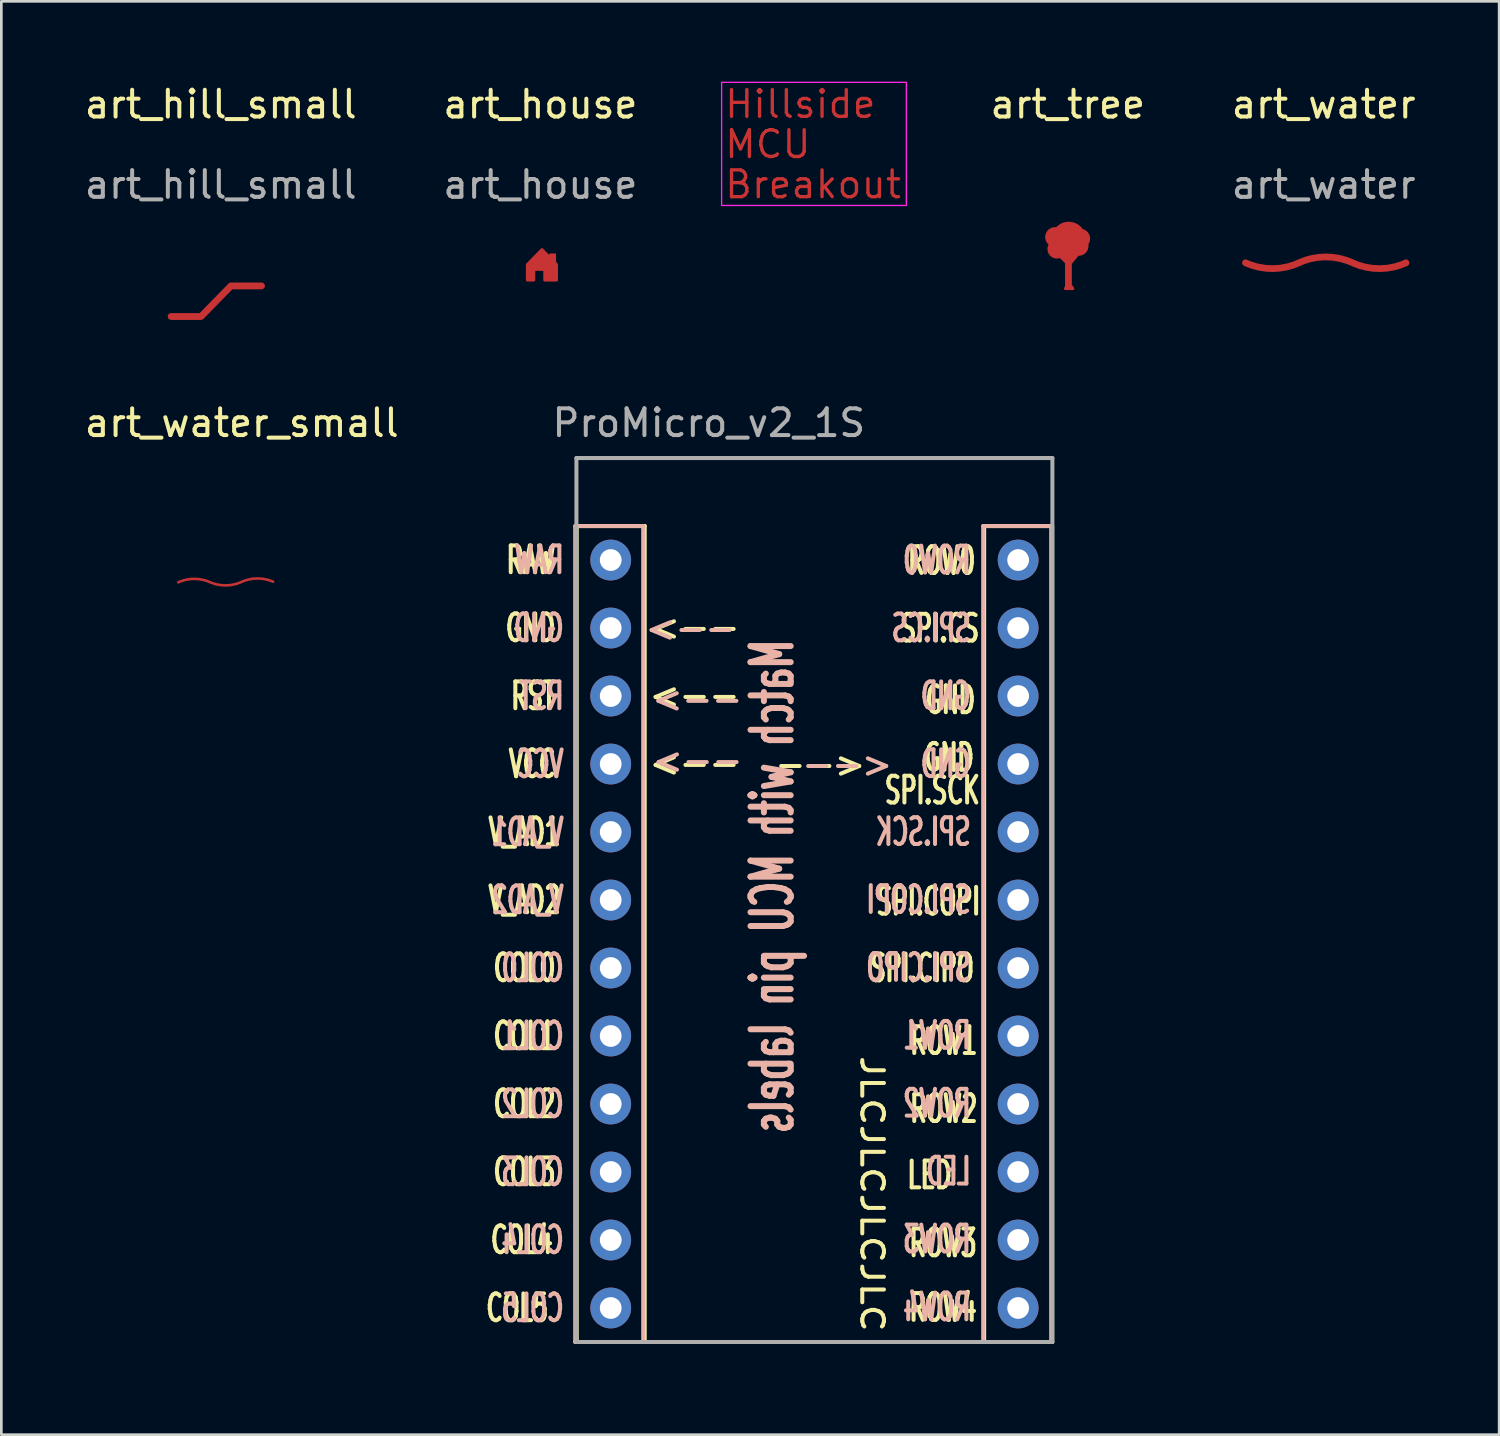
<source format=kicad_pcb>
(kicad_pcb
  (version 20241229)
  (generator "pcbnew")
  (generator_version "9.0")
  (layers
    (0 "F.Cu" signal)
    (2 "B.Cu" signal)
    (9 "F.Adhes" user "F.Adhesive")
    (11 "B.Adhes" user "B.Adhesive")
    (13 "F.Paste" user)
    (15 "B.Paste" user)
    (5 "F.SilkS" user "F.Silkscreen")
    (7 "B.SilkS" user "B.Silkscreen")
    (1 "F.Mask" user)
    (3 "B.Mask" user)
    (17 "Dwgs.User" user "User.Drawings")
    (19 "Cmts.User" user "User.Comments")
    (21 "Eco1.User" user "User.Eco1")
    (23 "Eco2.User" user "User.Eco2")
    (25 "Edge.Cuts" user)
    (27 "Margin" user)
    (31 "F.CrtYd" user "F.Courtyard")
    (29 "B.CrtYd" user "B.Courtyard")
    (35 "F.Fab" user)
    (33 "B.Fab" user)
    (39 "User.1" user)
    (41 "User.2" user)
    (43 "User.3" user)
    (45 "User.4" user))
  (footprint "art_water_small"
    (layer "F.Cu")
    (at 5.982 18.717)
    (property "Reference" "art_water_small" (at 0 -5.969 0) (unlocked yes) (layer "F.SilkS") (effects (font (size 1 1) (thickness 0.15))))
    (attr smd board_only exclude_from_pos_files exclude_from_bom allow_missing_courtyard dnp allow_soldermask_bridges)
    (pad "" smd custom (at -1.191 -0.022) (size 0.1 0.1) (layers "F.Cu" "F.Mask") (options (anchor circle)) (primitives (gr_arc (start -1.180227 0.007333) (mid -0.590893 -0.121766) (end 0 0) (width 0.1)) (gr_arc (start 1.180227 -0.007333) (mid 0.590893 0.121766) (end 0 0) (width 0.1)) (gr_arc (start 1.180227 -0.007333) (mid 1.769561 -0.136432) (end 2.360454 -0.014666) (width 0.1)))))
  (footprint "art_house"
    (layer "F.Cu")
    (at 17.162 6.718)
    (property "Reference" "art_house" (at -0.025 -5.87 0) (unlocked yes) (layer "F.SilkS") (effects (font (size 1 1) (thickness 0.15))))
    (attr smd board_only exclude_from_pos_files exclude_from_bom dnp)
    (fp_text user "${REFERENCE}" (at -0.025 -2.87 0) (unlocked yes) (layer "F.Fab") (effects (font (size 1 1) (thickness 0.15))))
    (pad "" smd custom (at 0.432 -0.051) (size 0.254 0.5) (layers "F.Cu" "F.Mask") (options (anchor rect)) (primitives (gr_poly (pts (xy 0.15 0.163) (xy 0.15 0.75) (xy -0.3 0.75) (xy -0.3 0.35) (xy -0.7 0.35) (xy -0.7 0.75) (xy -0.95 0.75) (xy -0.95 0.163) (xy -0.4 -0.4)) (width 0.1) (fill yes)))))
  (footprint "art_name"
    (layer "F.Cu")
    (at 27.206 2.425)
    (property "Reference" "art_name" (at 0 6.2 0) (unlocked yes) (layer "User.9") (effects (font (size 1 1) (thickness 0.15))))
    (attr smd board_only exclude_from_pos_files exclude_from_bom dnp allow_soldermask_bridges)
    (private_layers "User.9")
    (fp_rect (start -3.3 -2.4) (end 3.6 2.2) (stroke (width 0.05) (type default)) (fill no) (layer "F.CrtYd"))
    (fp_text user "Breakout" (at -3.25 2 0) (unlocked yes) (layer "F.Cu") (effects (font (size 1 1) (thickness 0.125)) (justify left bottom)))
    (fp_text user "MCU" (at -3.25 0.5 0) (unlocked yes) (layer "F.Cu") (effects (font (size 1 1) (thickness 0.125)) (justify left bottom)))
    (fp_text user "Hillside" (at -3.25 -1 0) (unlocked yes) (layer "F.Cu") (effects (font (size 1 1) (thickness 0.125)) (justify left bottom)))
    (fp_text user "MCU" (at -3.25 0.5 0) (unlocked yes) (layer "F.Mask") (effects (font (size 1 1) (thickness 0.125)) (justify left bottom)))
    (fp_text user "Hillside" (at -3.25 -1 0) (unlocked yes) (layer "F.Mask") (effects (font (size 1 1) (thickness 0.125)) (justify left bottom)))
    (fp_text user "Breakout" (at -3.25 2 0) (unlocked yes) (layer "F.Mask") (effects (font (size 1 1) (thickness 0.125)) (justify left bottom))))
  (footprint "ProMicro_v2_1S"
    (layer "F.Cu")
    (at 27.327 32.348)
    (property "Reference" "ProMicro_v2_1S" (at -3.9 -19.6 0) (layer "F.Fab") (effects (font (size 1 1) (thickness 0.15))))
    (attr through_hole)
    (private_layers "User.9")
    (fp_line (start -8.834 -15.748) (end -6.294 -15.748) (stroke (width 0.15) (type solid)) (layer "F.SilkS"))
    (fp_line (start -8.834 14.732) (end -8.834 -15.748) (stroke (width 0.15) (type solid)) (layer "F.SilkS"))
    (fp_line (start -6.294 -15.748) (end -6.294 14.732) (stroke (width 0.15) (type solid)) (layer "F.SilkS"))
    (fp_line (start -6.294 14.732) (end -8.834 14.732) (stroke (width 0.15) (type solid)) (layer "F.SilkS"))
    (fp_line (start 6.386 -15.748) (end 8.926 -15.748) (stroke (width 0.15) (type solid)) (layer "F.SilkS"))
    (fp_line (start 6.386 14.732) (end 6.386 -15.748) (stroke (width 0.15) (type solid)) (layer "F.SilkS"))
    (fp_line (start 8.926 -15.748) (end 8.926 14.732) (stroke (width 0.15) (type solid)) (layer "F.SilkS"))
    (fp_line (start 8.926 14.732) (end 6.386 14.732) (stroke (width 0.15) (type solid)) (layer "F.SilkS"))
    (fp_line (start -8.89 -15.748) (end -6.35 -15.748) (stroke (width 0.15) (type solid)) (layer "B.SilkS"))
    (fp_line (start -8.89 14.732) (end -8.89 -15.748) (stroke (width 0.15) (type solid)) (layer "B.SilkS"))
    (fp_line (start -6.35 -15.748) (end -6.35 14.732) (stroke (width 0.15) (type solid)) (layer "B.SilkS"))
    (fp_line (start -6.35 14.732) (end -8.89 14.732) (stroke (width 0.15) (type solid)) (layer "B.SilkS"))
    (fp_line (start 6.35 -15.748) (end 8.89 -15.748) (stroke (width 0.15) (type solid)) (layer "B.SilkS"))
    (fp_line (start 6.35 14.732) (end 6.35 -15.748) (stroke (width 0.15) (type solid)) (layer "B.SilkS"))
    (fp_line (start 8.89 -15.748) (end 8.89 14.732) (stroke (width 0.15) (type solid)) (layer "B.SilkS"))
    (fp_line (start 8.89 14.732) (end 6.35 14.732) (stroke (width 0.15) (type solid)) (layer "B.SilkS"))
    (fp_line (start -9.139 -14.893) (end -9.138 14.281) (stroke (width 0.12) (type solid)) (layer "B.Adhes"))
    (fp_line (start -8.288 15.131) (end -6.989 15.132) (stroke (width 0.12) (type solid)) (layer "B.Adhes"))
    (fp_line (start -6.99 -15.742) (end -8.289 -15.743) (stroke (width 0.12) (type solid)) (layer "B.Adhes"))
    (fp_line (start -6.14 -14.892) (end -6.139 14.282) (stroke (width 0.12) (type solid)) (layer "B.Adhes"))
    (fp_line (start 6.087 -14.892) (end 6.088 14.282) (stroke (width 0.12) (type solid)) (layer "B.Adhes"))
    (fp_line (start 6.938 15.132) (end 8.237 15.133) (stroke (width 0.12) (type solid)) (layer "B.Adhes"))
    (fp_line (start 8.236 -15.741) (end 6.937 -15.742) (stroke (width 0.12) (type solid)) (layer "B.Adhes"))
    (fp_line (start 9.086 -14.891) (end 9.087 14.283) (stroke (width 0.12) (type solid)) (layer "B.Adhes"))
    (fp_arc (start -9.138959 -14.892959) (mid -8.89 -15.494) (end -8.288959 -15.742959) (stroke (width 0.12) (type solid)) (layer "B.Adhes"))
    (fp_arc (start -8.287918 15.131) (mid -8.888959 14.882041) (end -9.137918 14.281) (stroke (width 0.12) (type solid)) (layer "B.Adhes"))
    (fp_arc (start -6.99 -15.741918) (mid -6.388959 -15.492959) (end -6.14 -14.891918) (stroke (width 0.12) (type solid)) (layer "B.Adhes"))
    (fp_arc (start -6.138959 14.282041) (mid -6.387918 14.883082) (end -6.988959 15.132041) (stroke (width 0.12) (type solid)) (layer "B.Adhes"))
    (fp_arc (start 6.087082 -14.891918) (mid 6.336041 -15.492959) (end 6.937082 -15.741918) (stroke (width 0.12) (type solid)) (layer "B.Adhes"))
    (fp_arc (start 6.938123 15.132041) (mid 6.337062 14.8831) (end 6.088123 14.282041) (stroke (width 0.12) (type solid)) (layer "B.Adhes"))
    (fp_arc (start 8.236041 -15.740877) (mid 8.837086 -15.491923) (end 9.086041 -14.890877) (stroke (width 0.12) (type solid)) (layer "B.Adhes"))
    (fp_arc (start 9.087082 14.283082) (mid 8.838122 14.884122) (end 8.237082 15.133082) (stroke (width 0.12) (type solid)) (layer "B.Adhes"))
    (fp_line (start -8.845 -18.288) (end 8.935 -18.288) (stroke (width 0.15) (type solid)) (layer "F.Fab"))
    (fp_line (start -8.845 14.732) (end -8.845 -18.288) (stroke (width 0.15) (type solid)) (layer "F.Fab"))
    (fp_line (start 8.935 -18.288) (end 8.935 14.732) (stroke (width 0.15) (type solid)) (layer "F.Fab"))
    (fp_line (start 8.935 14.732) (end -8.845 14.732) (stroke (width 0.15) (type solid)) (layer "F.Fab"))
    (fp_text user "SPI.SCK" (at 4.45 -5.875 0) (layer "F.SilkS") (effects (font (size 1 0.6) (thickness 0.15))))
    (fp_text user "ROW2" (at 4.875 6.022 0) (layer "F.SilkS") (effects (font (size 1 0.6) (thickness 0.15))))
    (fp_text user "COL1" (at -10.784 3.302 0) (layer "F.SilkS") (effects (font (size 1 0.6) (thickness 0.15))))
    (fp_text user "SPI.CIPO" (at 4.064 0.767 0) (layer "F.SilkS") (effects (font (size 1 0.6) (thickness 0.15))))
    (fp_text user "SPI.COPI" (at 4.3 -1.725 0) (layer "F.SilkS") (effects (font (size 1 0.6) (thickness 0.15))))
    (fp_text user "RAW" (at -10.541 -14.478 0) (unlocked yes) (layer "F.SilkS") (effects (font (size 1 0.6) (thickness 0.15))))
    (fp_text user "LED" (at 4.35 8.5 0) (layer "F.SilkS") (effects (font (size 1 0.6) (thickness 0.15))))
    (fp_text user "COL2" (at -10.784 5.842 0) (layer "F.SilkS") (effects (font (size 1 0.6) (thickness 0.15))))
    (fp_text user "ROW4" (at 4.85 13.45 0) (layer "F.SilkS") (effects (font (size 1 0.6) (thickness 0.15))))
    (fp_text user "ROW0" (at 4.8 -14.45 0) (layer "F.SilkS") (effects (font (size 1 0.6) (thickness 0.15))))
    (fp_text user "COL0" (at -10.784 0.762 0) (layer "F.SilkS") (effects (font (size 1 0.6) (thickness 0.15))))
    (fp_text user "GND" (at -10.555 -11.938 0) (layer "F.SilkS") (effects (font (size 1 0.6) (thickness 0.15))))
    (fp_text user "<--" (at -6.2 -11.978 0) (unlocked yes) (layer "F.SilkS") (effects (font (size 1 0.9) (thickness 0.15)) (justify left)))
    (fp_text user "COL4" (at -10.884 10.922 0) (layer "F.SilkS") (effects (font (size 1 0.6) (thickness 0.15))))
    (fp_text user "VCC" (at -10.498 -6.858 0) (layer "F.SilkS") (effects (font (size 1 0.6) (thickness 0.15))))
    (fp_text user "ROW3" (at 4.85 11.037 0) (layer "F.SilkS") (effects (font (size 1 0.6) (thickness 0.15))))
    (fp_text user "<--" (at -6.2 -9.438 0) (unlocked yes) (layer "F.SilkS") (effects (font (size 1 0.9) (thickness 0.15)) (justify left)))
    (fp_text user "-->" (at 2.032 -6.858 0) (unlocked yes) (layer "F.SilkS") (effects (font (size 1 0.9) (thickness 0.15)) (justify right)))
    (fp_text user "GND" (at 5.075 -7.1 0) (layer "F.SilkS") (effects (font (size 1 0.6) (thickness 0.15))))
    (fp_text user "JLCJLCJLCJLC" (at 2.2 9.2 270) (unlocked yes) (layer "F.SilkS") (effects (font (size 0.81 1) (thickness 0.15))))
    (fp_text user "<--" (at -6.2 -6.898 0) (unlocked yes) (layer "F.SilkS") (effects (font (size 1 0.9) (thickness 0.15)) (justify left)))
    (fp_text user "SPI.CS" (at 4.725 -11.925 0) (layer "F.SilkS") (effects (font (size 1 0.6) (thickness 0.15))))
    (fp_text user "ROW1" (at 4.875 3.482 0) (layer "F.SilkS") (effects (font (size 1 0.6) (thickness 0.15))))
    (fp_text user "V_AD1" (at -10.784 -4.318 0) (layer "F.SilkS") (effects (font (size 1 0.6) (thickness 0.15))))
    (fp_text user "RST" (at -10.455 -9.398 0) (layer "F.SilkS") (effects (font (size 1 0.6) (thickness 0.15))))
    (fp_text user "GND" (at 5.125 -9.25 0) (layer "F.SilkS") (effects (font (size 1 0.6) (thickness 0.15))))
    (fp_text user "V_AD2" (at -10.784 -1.778 0) (layer "F.SilkS") (effects (font (size 1 0.6) (thickness 0.15))))
    (fp_text user "COL5" (at -11.055 13.462 0) (layer "F.SilkS") (effects (font (size 1 0.6) (thickness 0.15))))
    (fp_text user "COL3" (at -10.784 8.382 0) (layer "F.SilkS") (effects (font (size 1 0.6) (thickness 0.15))))
    (fp_text user "V_AD2" (at -10.668 -1.778 0) (layer "B.SilkS") (effects (font (size 1 0.6) (thickness 0.15)) (justify mirror)))
    (fp_text user "SPI.CIPO" (at 3.936 0.747 0) (layer "B.SilkS") (effects (font (size 1 0.6) (thickness 0.15)) (justify mirror)))
    (fp_text user "COL4" (at -10.482 10.922 0) (layer "B.SilkS") (effects (font (size 1 0.6) (thickness 0.15)) (justify mirror)))
    (fp_text user "ROW3" (at 4.622 10.893 0) (layer "B.SilkS") (effects (font (size 1 0.6) (thickness 0.15)) (justify mirror)))
    (fp_text user "VCC" (at -10.197 -6.858 0) (layer "B.SilkS") (effects (font (size 1 0.6) (thickness 0.15)) (justify mirror)))
    (fp_text user "V_AD1" (at -10.668 -4.318 0) (layer "B.SilkS") (effects (font (size 1 0.6) (thickness 0.15)) (justify mirror)))
    (fp_text user "ROW2" (at 4.622 5.82 0) (layer "B.SilkS") (effects (font (size 1 0.6) (thickness 0.15)) (justify mirror)))
    (fp_text user "RAW" (at -10.239 -14.478 0) (unlocked yes) (layer "B.SilkS") (effects (font (size 1 0.6) (thickness 0.15)) (justify mirror)))
    (fp_text user "COL1" (at -10.482 3.302 0) (layer "B.SilkS") (effects (font (size 1 0.6) (thickness 0.15)) (justify mirror)))
    (fp_text user "-->" (at -6.35 -11.938 0) (unlocked yes) (layer "B.SilkS") (effects (font (size 1 0.9) (thickness 0.15)) (justify right mirror)))
    (fp_text user "COL2" (at -10.482 5.842 0) (layer "B.SilkS") (effects (font (size 1 0.6) (thickness 0.15)) (justify mirror)))
    (fp_text user "SPI.SCK" (at 4.108 -4.325 0) (layer "B.SilkS") (effects (font (size 1 0.6) (thickness 0.15)) (justify mirror)))
    (fp_text user "<--" (at 1.27 -6.858 0) (unlocked yes) (layer "B.SilkS") (effects (font (size 1 0.9) (thickness 0.15)) (justify mirror)))
    (fp_text user "LED" (at 5.051 8.357 0) (layer "B.SilkS") (effects (font (size 1 0.6) (thickness 0.15)) (justify mirror)))
    (fp_text user "<--" (at -4.318 -6.858 180) (unlocked yes) (layer "B.SilkS") (effects (font (size 1 0.9) (thickness 0.15)) (justify mirror)))
    (fp_text user "COL3" (at -10.482 8.382 0) (layer "B.SilkS") (effects (font (size 1 0.6) (thickness 0.15)) (justify mirror)))
    (fp_text user "GND" (at -10.254 -11.938 0) (layer "B.SilkS") (effects (font (size 1 0.6) (thickness 0.15)) (justify mirror)))
    (fp_text user "COL5" (at -10.482 13.462 0) (layer "B.SilkS") (effects (font (size 1 0.6) (thickness 0.15)) (justify mirror)))
    (fp_text user "COL0" (at -10.482 0.762 0) (layer "B.SilkS") (effects (font (size 1 0.6) (thickness 0.15)) (justify mirror)))
    (fp_text user "Match with MCU pin labels" (at -1.524 -2.286 90) (unlocked yes) (layer "B.SilkS") (effects (font (size 1.5 0.9) (thickness 0.225)) (justify mirror)))
    (fp_text user "RST" (at -10.154 -9.398 0) (layer "B.SilkS") (effects (font (size 1 0.6) (thickness 0.15)) (justify mirror)))
    (fp_text user "GND" (at 4.951 -6.862 0) (layer "B.SilkS") (effects (font (size 1 0.6) (thickness 0.15)) (justify mirror)))
    (fp_text user "ROW4" (at 4.622 13.429 0) (layer "B.SilkS") (effects (font (size 1 0.6) (thickness 0.15)) (justify mirror)))
    (fp_text user "<--" (at -6.096 -9.144 180) (unlocked yes) (layer "B.SilkS") (effects (font (size 1 0.9) (thickness 0.15)) (justify left mirror)))
    (fp_text user "ROW1" (at 4.622 3.284 0) (layer "B.SilkS") (effects (font (size 1 0.6) (thickness 0.15)) (justify mirror)))
    (fp_text user "ROW0" (at 4.622 -14.471 0) (layer "B.SilkS") (effects (font (size 1 0.6) (thickness 0.15)) (justify mirror)))
    (fp_text user "SPI.COPI" (at 3.936 -1.789 0) (layer "B.SilkS") (effects (font (size 1 0.6) (thickness 0.15)) (justify mirror)))
    (fp_text user "GND" (at 4.951 -9.398 0) (layer "B.SilkS") (effects (font (size 1 0.6) (thickness 0.15)) (justify mirror)))
    (fp_text user "SPI.CS" (at 4.408 -11.934 0) (layer "B.SilkS") (effects (font (size 1 0.6) (thickness 0.15)) (justify mirror)))
    (fp_text_box "Face down, non reversable" (start -11.938 -21.844) (end 10.922 -19.304) (margins 0.8 0.8 0.8 0.8) (layer "User.9") (effects (font (size 1 1) (thickness 0.15)) (justify left top)) (border yes) (stroke (width 0.1) (type solid)))
    (pad "1" thru_hole circle (at 7.656 -14.478) (size 1.524 1.524) (drill 0.813) (layers "*.Cu" "B.Mask"))
    (pad "2" thru_hole circle (at 7.656 -11.938) (size 1.524 1.524) (drill 0.813) (layers "*.Cu" "B.Mask"))
    (pad "3" thru_hole circle (at 7.656 -9.398) (size 1.524 1.524) (drill 0.813) (layers "*.Cu" "B.Mask"))
    (pad "4" thru_hole circle (at 7.656 -6.858) (size 1.524 1.524) (drill 0.813) (layers "*.Cu" "B.Mask"))
    (pad "5" thru_hole circle (at 7.656 -4.318) (size 1.524 1.524) (drill 0.813) (layers "*.Cu" "B.Mask"))
    (pad "6" thru_hole circle (at 7.656 -1.778) (size 1.524 1.524) (drill 0.813) (layers "*.Cu" "B.Mask"))
    (pad "7" thru_hole circle (at 7.656 0.762) (size 1.524 1.524) (drill 0.813) (layers "*.Cu" "B.Mask"))
    (pad "8" thru_hole circle (at 7.656 3.302) (size 1.524 1.524) (drill 0.813) (layers "*.Cu" "B.Mask"))
    (pad "9" thru_hole circle (at 7.656 5.842) (size 1.524 1.524) (drill 0.813) (layers "*.Cu" "B.Mask"))
    (pad "10" thru_hole circle (at 7.656 8.382) (size 1.524 1.524) (drill 0.813) (layers "*.Cu" "B.Mask"))
    (pad "11" thru_hole circle (at 7.656 10.922) (size 1.524 1.524) (drill 0.813) (layers "*.Cu" "B.Mask"))
    (pad "12" thru_hole circle (at 7.656 13.462) (size 1.524 1.524) (drill 0.813) (layers "*.Cu" "B.Mask"))
    (pad "13" thru_hole circle (at -7.564 13.462) (size 1.524 1.524) (drill 0.813) (layers "*.Cu" "B.Mask"))
    (pad "14" thru_hole circle (at -7.564 10.922) (size 1.524 1.524) (drill 0.813) (layers "*.Cu" "B.Mask"))
    (pad "15" thru_hole circle (at -7.564 8.382) (size 1.524 1.524) (drill 0.813) (layers "*.Cu" "B.Mask"))
    (pad "16" thru_hole circle (at -7.564 5.842) (size 1.524 1.524) (drill 0.813) (layers "*.Cu" "B.Mask"))
    (pad "17" thru_hole circle (at -7.564 3.302) (size 1.524 1.524) (drill 0.813) (layers "*.Cu" "B.Mask"))
    (pad "18" thru_hole circle (at -7.564 0.762) (size 1.524 1.524) (drill 0.813) (layers "*.Cu" "B.Mask"))
    (pad "19" thru_hole circle (at -7.564 -1.778) (size 1.524 1.524) (drill 0.813) (layers "*.Cu" "B.Mask"))
    (pad "20" thru_hole circle (at -7.564 -4.318) (size 1.524 1.524) (drill 0.813) (layers "*.Cu" "B.Mask"))
    (pad "21" thru_hole circle (at -7.564 -6.858) (size 1.524 1.524) (drill 0.813) (layers "*.Cu" "B.Mask"))
    (pad "22" thru_hole circle (at -7.564 -9.398) (size 1.524 1.524) (drill 0.813) (layers "*.Cu" "B.Mask"))
    (pad "23" thru_hole circle (at -7.564 -11.938) (size 1.524 1.524) (drill 0.813) (layers "*.Cu" "B.Mask"))
    (pad "24" thru_hole circle (at -7.564 -14.478) (size 1.524 1.524) (drill 0.813) (layers "*.Cu" "B.Mask")))
  (footprint "art_water"
    (layer "F.Cu")
    (at 46.396 6.817)
    (property "Reference" "art_water" (at 0 -5.969 0) (unlocked yes) (layer "F.SilkS") (effects (font (size 1 1) (thickness 0.15))))
    (attr smd board_only exclude_from_pos_files exclude_from_bom dnp)
    (fp_text user "${REFERENCE}" (at 0 -2.969 0) (unlocked yes) (layer "F.Fab") (effects (font (size 1 1) (thickness 0.15))))
    (pad "" smd custom (at -2.921 -0.051) (size 0.254 0.254) (layers "F.Cu" "F.Mask") (options (anchor circle)) (primitives (gr_arc (start 1.996623 0.001532) (mid 1.015017 0.216563) (end 0.030814 0.013748) (width 0.254)) (gr_arc (start 5.996623 0.001532) (mid 5.015017 0.216563) (end 4.030814 0.013748) (width 0.254)) (gr_arc (start 2.003377 -0.001532) (mid 2.984983 -0.216563) (end 3.969186 -0.013748) (width 0.254)))))
  (footprint "art_tree"
    (layer "F.Cu")
    (at 36.862 6.843)
    (property "Reference" "art_tree" (at -0.025 -5.994 0) (unlocked yes) (layer "F.SilkS") (effects (font (size 1 1) (thickness 0.15))))
    (attr smd board_only exclude_from_pos_files exclude_from_bom dnp)
    (pad "" smd custom (at 0 0.152) (size 0.254 1.5) (layers "F.Cu" "F.Mask") (options (anchor rect)) (primitives (gr_circle (center -0.499 -1.19) (end -0.277 -1.19) (width 0.3) (fill no)) (gr_circle (center 0.44 -1.13) (end 0.661 -1.13) (width 0.3) (fill no)) (gr_circle (center 0.38 -0.86) (end 0.601 -0.86) (width 0.3) (fill no)) (gr_poly (pts (xy 0.17 0.74) (xy -0.12 0.74) (xy 0 0.49)) (width 0.1) (fill yes)) (gr_poly (pts (xy 0.02 -0.14) (xy -0.36 -0.51) (xy 0.35 -0.535)) (width 0.1) (fill yes)) (gr_circle (center -0.43 -0.74) (end -0.224 -0.74) (width 0.3) (fill no)) (gr_circle (center 0.01 -1.122) (end 0.301 -1.122) (width 0.7) (fill no)))))
  (footprint "art_hill_small"
    (layer "F.Cu")
    (at 5.196 8.011)
    (property "Reference" "art_hill_small" (at 0 -7.163 0) (unlocked yes) (layer "F.SilkS") (effects (font (size 1 1) (thickness 0.15))))
    (attr smd board_only exclude_from_pos_files exclude_from_bom dnp)
    (fp_text user "${REFERENCE}" (at 0 -4.163 0) (unlocked yes) (layer "F.Fab") (effects (font (size 1 1) (thickness 0.15))))
    (pad "" smd custom (at -1.168 0.762) (size 0.864 0.254) (layers "F.Cu" "F.Mask") (options (anchor rect)) (primitives (gr_line (start -0.686 0) (end -0.178 0) (width 0.254)) (gr_line (start 0.432 0) (end 1.549 -1.143) (width 0.254)) (gr_line (start 1.549 -1.143) (end 2.692 -1.143) (width 0.254)))))
  (gr_rect
    (start -3 -3)
    (end 52.95 50.541)
    (stroke (width 0.1) (type default))
    (fill no)
    (layer "Edge.Cuts")))
</source>
